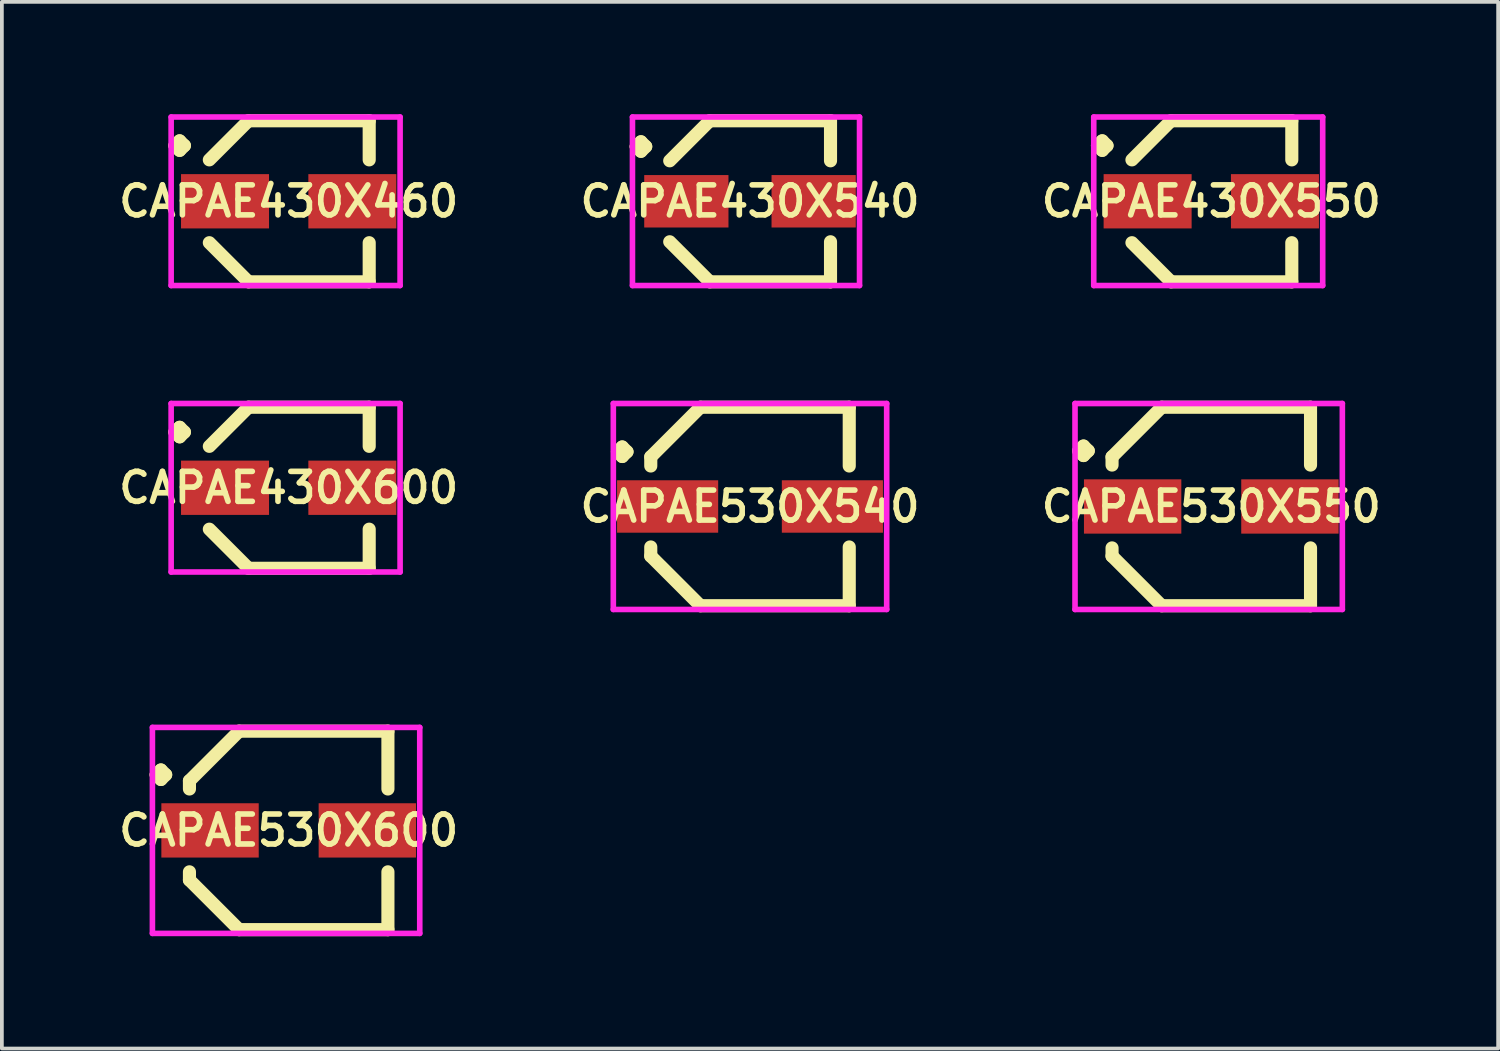
<source format=kicad_pcb>
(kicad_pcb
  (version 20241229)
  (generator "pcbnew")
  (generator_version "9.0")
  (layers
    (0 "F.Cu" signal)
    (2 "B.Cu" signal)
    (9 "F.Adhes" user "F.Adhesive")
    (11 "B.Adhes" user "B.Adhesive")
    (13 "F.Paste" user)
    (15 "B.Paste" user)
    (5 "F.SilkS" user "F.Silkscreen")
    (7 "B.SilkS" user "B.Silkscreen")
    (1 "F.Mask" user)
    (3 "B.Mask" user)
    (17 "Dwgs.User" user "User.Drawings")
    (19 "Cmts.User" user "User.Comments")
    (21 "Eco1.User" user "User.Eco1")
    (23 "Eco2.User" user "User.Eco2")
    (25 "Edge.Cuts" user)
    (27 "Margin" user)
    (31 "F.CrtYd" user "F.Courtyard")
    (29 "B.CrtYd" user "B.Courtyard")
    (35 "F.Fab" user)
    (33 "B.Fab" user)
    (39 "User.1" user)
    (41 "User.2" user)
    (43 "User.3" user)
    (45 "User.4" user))
  (footprint "CAPAE530X550"
    (layer "F.Cu")
    (at 29.296 10.475)
    (property "Reference" "CAPAE530X550" (at 0 0 0) (layer "F.SilkS") (effects (font (size 0.8 0.8) (thickness 0.15))))
    (attr through_hole)
    (fp_line (start -3.539 -1.487) (end -3.412 -1.614) (stroke (width 0.35) (type solid)) (layer "F.SilkS"))
    (fp_line (start -3.412 -1.614) (end -3.285 -1.487) (stroke (width 0.35) (type solid)) (layer "F.SilkS"))
    (fp_line (start -3.412 -1.36) (end -3.539 -1.487) (stroke (width 0.35) (type solid)) (layer "F.SilkS"))
    (fp_line (start -3.285 -1.487) (end -3.412 -1.36) (stroke (width 0.35) (type solid)) (layer "F.SilkS"))
    (fp_line (start -2.65 -1.325) (end -2.65 -1.106) (stroke (width 0.35) (type solid)) (layer "F.SilkS"))
    (fp_line (start -2.65 1.325) (end -2.65 1.106) (stroke (width 0.35) (type solid)) (layer "F.SilkS"))
    (fp_line (start -1.325 -2.65) (end -2.65 -1.325) (stroke (width 0.35) (type solid)) (layer "F.SilkS"))
    (fp_line (start -1.325 2.65) (end -2.65 1.325) (stroke (width 0.35) (type solid)) (layer "F.SilkS"))
    (fp_line (start 2.65 -2.65) (end -1.325 -2.65) (stroke (width 0.35) (type solid)) (layer "F.SilkS"))
    (fp_line (start 2.65 -1.106) (end 2.65 -2.65) (stroke (width 0.35) (type solid)) (layer "F.SilkS"))
    (fp_line (start 2.65 1.106) (end 2.65 2.65) (stroke (width 0.35) (type solid)) (layer "F.SilkS"))
    (fp_line (start 2.65 2.65) (end -1.325 2.65) (stroke (width 0.35) (type solid)) (layer "F.SilkS"))
    (fp_line (start -3.639 -2.75) (end 3.5 -2.75) (stroke (width 0.15) (type solid)) (layer "F.CrtYd"))
    (fp_line (start -3.639 2.75) (end -3.639 -2.75) (stroke (width 0.15) (type solid)) (layer "F.CrtYd"))
    (fp_line (start 3.5 -2.75) (end 3.5 2.75) (stroke (width 0.15) (type solid)) (layer "F.CrtYd"))
    (fp_line (start 3.5 2.75) (end -3.639 2.75) (stroke (width 0.15) (type solid)) (layer "F.CrtYd"))
    (pad "1" smd rect (at -2.1 0) (size 2.6 1.45) (layers "F.Cu" "F.Mask" "F.Paste"))
    (pad "2" smd rect (at 2.1 0) (size 2.6 1.45) (layers "F.Cu" "F.Mask" "F.Paste")))
  (footprint "CAPAE530X540"
    (layer "F.Cu")
    (at 16.978 10.475)
    (property "Reference" "CAPAE530X540" (at 0 0 0) (layer "F.SilkS") (effects (font (size 0.8 0.8) (thickness 0.15))))
    (attr smd)
    (fp_line (start -3.539 -1.462) (end -3.412 -1.589) (stroke (width 0.35) (type solid)) (layer "F.SilkS"))
    (fp_line (start -3.412 -1.589) (end -3.285 -1.462) (stroke (width 0.35) (type solid)) (layer "F.SilkS"))
    (fp_line (start -3.412 -1.335) (end -3.539 -1.462) (stroke (width 0.35) (type solid)) (layer "F.SilkS"))
    (fp_line (start -3.285 -1.462) (end -3.412 -1.335) (stroke (width 0.35) (type solid)) (layer "F.SilkS"))
    (fp_line (start -2.65 -1.325) (end -2.65 -1.081) (stroke (width 0.35) (type solid)) (layer "F.SilkS"))
    (fp_line (start -2.65 1.325) (end -2.65 1.081) (stroke (width 0.35) (type solid)) (layer "F.SilkS"))
    (fp_line (start -1.325 -2.65) (end -2.65 -1.325) (stroke (width 0.35) (type solid)) (layer "F.SilkS"))
    (fp_line (start -1.325 2.65) (end -2.65 1.325) (stroke (width 0.35) (type solid)) (layer "F.SilkS"))
    (fp_line (start 2.65 -2.65) (end -1.325 -2.65) (stroke (width 0.35) (type solid)) (layer "F.SilkS"))
    (fp_line (start 2.65 -1.081) (end 2.65 -2.65) (stroke (width 0.35) (type solid)) (layer "F.SilkS"))
    (fp_line (start 2.65 1.081) (end 2.65 2.65) (stroke (width 0.35) (type solid)) (layer "F.SilkS"))
    (fp_line (start 2.65 2.65) (end -1.325 2.65) (stroke (width 0.35) (type solid)) (layer "F.SilkS"))
    (fp_line (start -3.65 -2.75) (end 3.65 -2.75) (stroke (width 0.15) (type solid)) (layer "F.CrtYd"))
    (fp_line (start -3.65 2.75) (end -3.65 -2.75) (stroke (width 0.15) (type solid)) (layer "F.CrtYd"))
    (fp_line (start 3.65 -2.75) (end 3.65 2.75) (stroke (width 0.15) (type solid)) (layer "F.CrtYd"))
    (fp_line (start 3.65 2.75) (end -3.65 2.75) (stroke (width 0.15) (type solid)) (layer "F.CrtYd"))
    (pad "1" smd rect (at -2.2 0) (size 2.7 1.4) (layers "F.Cu" "F.Mask" "F.Paste"))
    (pad "2" smd rect (at 2.2 0) (size 2.7 1.4) (layers "F.Cu" "F.Mask" "F.Paste")))
  (footprint "CAPAE430X550"
    (layer "F.Cu")
    (at 29.296 2.325)
    (property "Reference" "CAPAE430X550" (at 0 0 0) (layer "F.SilkS") (effects (font (size 0.8 0.8) (thickness 0.15))))
    (attr through_hole)
    (fp_line (start -3.039 -1.487) (end -2.912 -1.614) (stroke (width 0.35) (type solid)) (layer "F.SilkS"))
    (fp_line (start -2.912 -1.614) (end -2.785 -1.487) (stroke (width 0.35) (type solid)) (layer "F.SilkS"))
    (fp_line (start -2.912 -1.36) (end -3.039 -1.487) (stroke (width 0.35) (type solid)) (layer "F.SilkS"))
    (fp_line (start -2.785 -1.487) (end -2.912 -1.36) (stroke (width 0.35) (type solid)) (layer "F.SilkS"))
    (fp_line (start -1.075 -2.15) (end -2.119 -1.106) (stroke (width 0.35) (type solid)) (layer "F.SilkS"))
    (fp_line (start -1.075 2.15) (end -2.119 1.106) (stroke (width 0.35) (type solid)) (layer "F.SilkS"))
    (fp_line (start 2.15 -2.15) (end -1.075 -2.15) (stroke (width 0.35) (type solid)) (layer "F.SilkS"))
    (fp_line (start 2.15 -1.106) (end 2.15 -2.15) (stroke (width 0.35) (type solid)) (layer "F.SilkS"))
    (fp_line (start 2.15 1.106) (end 2.15 2.15) (stroke (width 0.35) (type solid)) (layer "F.SilkS"))
    (fp_line (start 2.15 2.15) (end -1.075 2.15) (stroke (width 0.35) (type solid)) (layer "F.SilkS"))
    (fp_line (start -3.139 -2.25) (end 2.975 -2.25) (stroke (width 0.15) (type solid)) (layer "F.CrtYd"))
    (fp_line (start -3.139 2.25) (end -3.139 -2.25) (stroke (width 0.15) (type solid)) (layer "F.CrtYd"))
    (fp_line (start 2.975 -2.25) (end 2.975 2.25) (stroke (width 0.15) (type solid)) (layer "F.CrtYd"))
    (fp_line (start 2.975 2.25) (end -3.139 2.25) (stroke (width 0.15) (type solid)) (layer "F.CrtYd"))
    (pad "1" smd rect (at -1.7 0) (size 2.35 1.45) (layers "F.Cu" "F.Mask" "F.Paste"))
    (pad "2" smd rect (at 1.7 0) (size 2.35 1.45) (layers "F.Cu" "F.Mask" "F.Paste")))
  (footprint "CAPAE430X460"
    (layer "F.Cu")
    (at 4.659 2.325)
    (property "Reference" "CAPAE430X460" (at 0 0 0) (layer "F.SilkS") (effects (font (size 0.8 0.8) (thickness 0.15))))
    (attr smd)
    (fp_line (start -3.039 -1.487) (end -2.912 -1.614) (stroke (width 0.35) (type solid)) (layer "F.SilkS"))
    (fp_line (start -2.912 -1.614) (end -2.785 -1.487) (stroke (width 0.35) (type solid)) (layer "F.SilkS"))
    (fp_line (start -2.912 -1.36) (end -3.039 -1.487) (stroke (width 0.35) (type solid)) (layer "F.SilkS"))
    (fp_line (start -2.785 -1.487) (end -2.912 -1.36) (stroke (width 0.35) (type solid)) (layer "F.SilkS"))
    (fp_line (start -1.075 -2.15) (end -2.119 -1.106) (stroke (width 0.35) (type solid)) (layer "F.SilkS"))
    (fp_line (start -1.075 2.15) (end -2.119 1.106) (stroke (width 0.35) (type solid)) (layer "F.SilkS"))
    (fp_line (start 2.15 -2.15) (end -1.075 -2.15) (stroke (width 0.35) (type solid)) (layer "F.SilkS"))
    (fp_line (start 2.15 -1.106) (end 2.15 -2.15) (stroke (width 0.35) (type solid)) (layer "F.SilkS"))
    (fp_line (start 2.15 1.106) (end 2.15 2.15) (stroke (width 0.35) (type solid)) (layer "F.SilkS"))
    (fp_line (start 2.15 2.15) (end -1.075 2.15) (stroke (width 0.35) (type solid)) (layer "F.SilkS"))
    (fp_line (start -3.139 -2.25) (end 2.975 -2.25) (stroke (width 0.15) (type solid)) (layer "F.CrtYd"))
    (fp_line (start -3.139 2.25) (end -3.139 -2.25) (stroke (width 0.15) (type solid)) (layer "F.CrtYd"))
    (fp_line (start 2.975 -2.25) (end 2.975 2.25) (stroke (width 0.15) (type solid)) (layer "F.CrtYd"))
    (fp_line (start 2.975 2.25) (end -3.139 2.25) (stroke (width 0.15) (type solid)) (layer "F.CrtYd"))
    (pad "1" smd rect (at -1.7 0) (size 2.35 1.45) (layers "F.Cu" "F.Mask" "F.Paste"))
    (pad "2" smd rect (at 1.7 0) (size 2.35 1.45) (layers "F.Cu" "F.Mask" "F.Paste")))
  (footprint "CAPAE430X600"
    (layer "F.Cu")
    (at 4.659 9.975)
    (property "Reference" "CAPAE430X600" (at 0 0 0) (layer "F.SilkS") (effects (font (size 0.8 0.8) (thickness 0.15))))
    (attr through_hole)
    (fp_line (start -3.039 -1.487) (end -2.912 -1.614) (stroke (width 0.35) (type solid)) (layer "F.SilkS"))
    (fp_line (start -2.912 -1.614) (end -2.785 -1.487) (stroke (width 0.35) (type solid)) (layer "F.SilkS"))
    (fp_line (start -2.912 -1.36) (end -3.039 -1.487) (stroke (width 0.35) (type solid)) (layer "F.SilkS"))
    (fp_line (start -2.785 -1.487) (end -2.912 -1.36) (stroke (width 0.35) (type solid)) (layer "F.SilkS"))
    (fp_line (start -1.075 -2.15) (end -2.119 -1.106) (stroke (width 0.35) (type solid)) (layer "F.SilkS"))
    (fp_line (start -1.075 2.15) (end -2.119 1.106) (stroke (width 0.35) (type solid)) (layer "F.SilkS"))
    (fp_line (start 2.15 -2.15) (end -1.075 -2.15) (stroke (width 0.35) (type solid)) (layer "F.SilkS"))
    (fp_line (start 2.15 -1.106) (end 2.15 -2.15) (stroke (width 0.35) (type solid)) (layer "F.SilkS"))
    (fp_line (start 2.15 1.106) (end 2.15 2.15) (stroke (width 0.35) (type solid)) (layer "F.SilkS"))
    (fp_line (start 2.15 2.15) (end -1.075 2.15) (stroke (width 0.35) (type solid)) (layer "F.SilkS"))
    (fp_line (start -3.139 -2.25) (end 2.975 -2.25) (stroke (width 0.15) (type solid)) (layer "F.CrtYd"))
    (fp_line (start -3.139 2.25) (end -3.139 -2.25) (stroke (width 0.15) (type solid)) (layer "F.CrtYd"))
    (fp_line (start 2.975 -2.25) (end 2.975 2.25) (stroke (width 0.15) (type solid)) (layer "F.CrtYd"))
    (fp_line (start 2.975 2.25) (end -3.139 2.25) (stroke (width 0.15) (type solid)) (layer "F.CrtYd"))
    (pad "1" smd rect (at -1.7 0) (size 2.35 1.45) (layers "F.Cu" "F.Mask" "F.Paste"))
    (pad "2" smd rect (at 1.7 0) (size 2.35 1.45) (layers "F.Cu" "F.Mask" "F.Paste")))
  (footprint "CAPAE430X540"
    (layer "F.Cu")
    (at 16.978 2.325)
    (property "Reference" "CAPAE430X540" (at 0 0 0) (layer "F.SilkS") (effects (font (size 0.8 0.8) (thickness 0.15))))
    (attr smd)
    (fp_line (start -3.039 -1.462) (end -2.912 -1.589) (stroke (width 0.35) (type solid)) (layer "F.SilkS"))
    (fp_line (start -2.912 -1.589) (end -2.785 -1.462) (stroke (width 0.35) (type solid)) (layer "F.SilkS"))
    (fp_line (start -2.912 -1.335) (end -3.039 -1.462) (stroke (width 0.35) (type solid)) (layer "F.SilkS"))
    (fp_line (start -2.785 -1.462) (end -2.912 -1.335) (stroke (width 0.35) (type solid)) (layer "F.SilkS"))
    (fp_line (start -1.075 -2.15) (end -2.144 -1.081) (stroke (width 0.35) (type solid)) (layer "F.SilkS"))
    (fp_line (start -1.075 2.15) (end -2.144 1.081) (stroke (width 0.35) (type solid)) (layer "F.SilkS"))
    (fp_line (start 2.15 -2.15) (end -1.075 -2.15) (stroke (width 0.35) (type solid)) (layer "F.SilkS"))
    (fp_line (start 2.15 -1.081) (end 2.15 -2.15) (stroke (width 0.35) (type solid)) (layer "F.SilkS"))
    (fp_line (start 2.15 1.081) (end 2.15 2.15) (stroke (width 0.35) (type solid)) (layer "F.SilkS"))
    (fp_line (start 2.15 2.15) (end -1.075 2.15) (stroke (width 0.35) (type solid)) (layer "F.SilkS"))
    (fp_line (start -3.139 -2.25) (end 2.925 -2.25) (stroke (width 0.15) (type solid)) (layer "F.CrtYd"))
    (fp_line (start -3.139 2.25) (end -3.139 -2.25) (stroke (width 0.15) (type solid)) (layer "F.CrtYd"))
    (fp_line (start 2.925 -2.25) (end 2.925 2.25) (stroke (width 0.15) (type solid)) (layer "F.CrtYd"))
    (fp_line (start 2.925 2.25) (end -3.139 2.25) (stroke (width 0.15) (type solid)) (layer "F.CrtYd"))
    (pad "1" smd rect (at -1.7 0) (size 2.25 1.4) (layers "F.Cu" "F.Mask" "F.Paste"))
    (pad "2" smd rect (at 1.7 0) (size 2.25 1.4) (layers "F.Cu" "F.Mask" "F.Paste")))
  (footprint "CAPAE530X600"
    (layer "F.Cu")
    (at 4.659 19.125)
    (property "Reference" "CAPAE530X600" (at 0 0 0) (layer "F.SilkS") (effects (font (size 0.8 0.8) (thickness 0.15))))
    (attr smd)
    (fp_line (start -3.539 -1.487) (end -3.412 -1.614) (stroke (width 0.35) (type solid)) (layer "F.SilkS"))
    (fp_line (start -3.412 -1.614) (end -3.285 -1.487) (stroke (width 0.35) (type solid)) (layer "F.SilkS"))
    (fp_line (start -3.412 -1.36) (end -3.539 -1.487) (stroke (width 0.35) (type solid)) (layer "F.SilkS"))
    (fp_line (start -3.285 -1.487) (end -3.412 -1.36) (stroke (width 0.35) (type solid)) (layer "F.SilkS"))
    (fp_line (start -2.65 -1.325) (end -2.65 -1.106) (stroke (width 0.35) (type solid)) (layer "F.SilkS"))
    (fp_line (start -2.65 1.325) (end -2.65 1.106) (stroke (width 0.35) (type solid)) (layer "F.SilkS"))
    (fp_line (start -1.325 -2.65) (end -2.65 -1.325) (stroke (width 0.35) (type solid)) (layer "F.SilkS"))
    (fp_line (start -1.325 2.65) (end -2.65 1.325) (stroke (width 0.35) (type solid)) (layer "F.SilkS"))
    (fp_line (start 2.65 -2.65) (end -1.325 -2.65) (stroke (width 0.35) (type solid)) (layer "F.SilkS"))
    (fp_line (start 2.65 -1.106) (end 2.65 -2.65) (stroke (width 0.35) (type solid)) (layer "F.SilkS"))
    (fp_line (start 2.65 1.106) (end 2.65 2.65) (stroke (width 0.35) (type solid)) (layer "F.SilkS"))
    (fp_line (start 2.65 2.65) (end -1.325 2.65) (stroke (width 0.35) (type solid)) (layer "F.SilkS"))
    (fp_line (start -3.639 -2.75) (end 3.5 -2.75) (stroke (width 0.15) (type solid)) (layer "F.CrtYd"))
    (fp_line (start -3.639 2.75) (end -3.639 -2.75) (stroke (width 0.15) (type solid)) (layer "F.CrtYd"))
    (fp_line (start 3.5 -2.75) (end 3.5 2.75) (stroke (width 0.15) (type solid)) (layer "F.CrtYd"))
    (fp_line (start 3.5 2.75) (end -3.639 2.75) (stroke (width 0.15) (type solid)) (layer "F.CrtYd"))
    (pad "1" smd rect (at -2.1 0) (size 2.6 1.45) (layers "F.Cu" "F.Mask" "F.Paste"))
    (pad "2" smd rect (at 2.1 0) (size 2.6 1.45) (layers "F.Cu" "F.Mask" "F.Paste")))
  (gr_rect
    (start -3 -3)
    (end 36.956 24.95)
    (stroke (width 0.1) (type default))
    (fill no)
    (layer "Edge.Cuts")))
</source>
